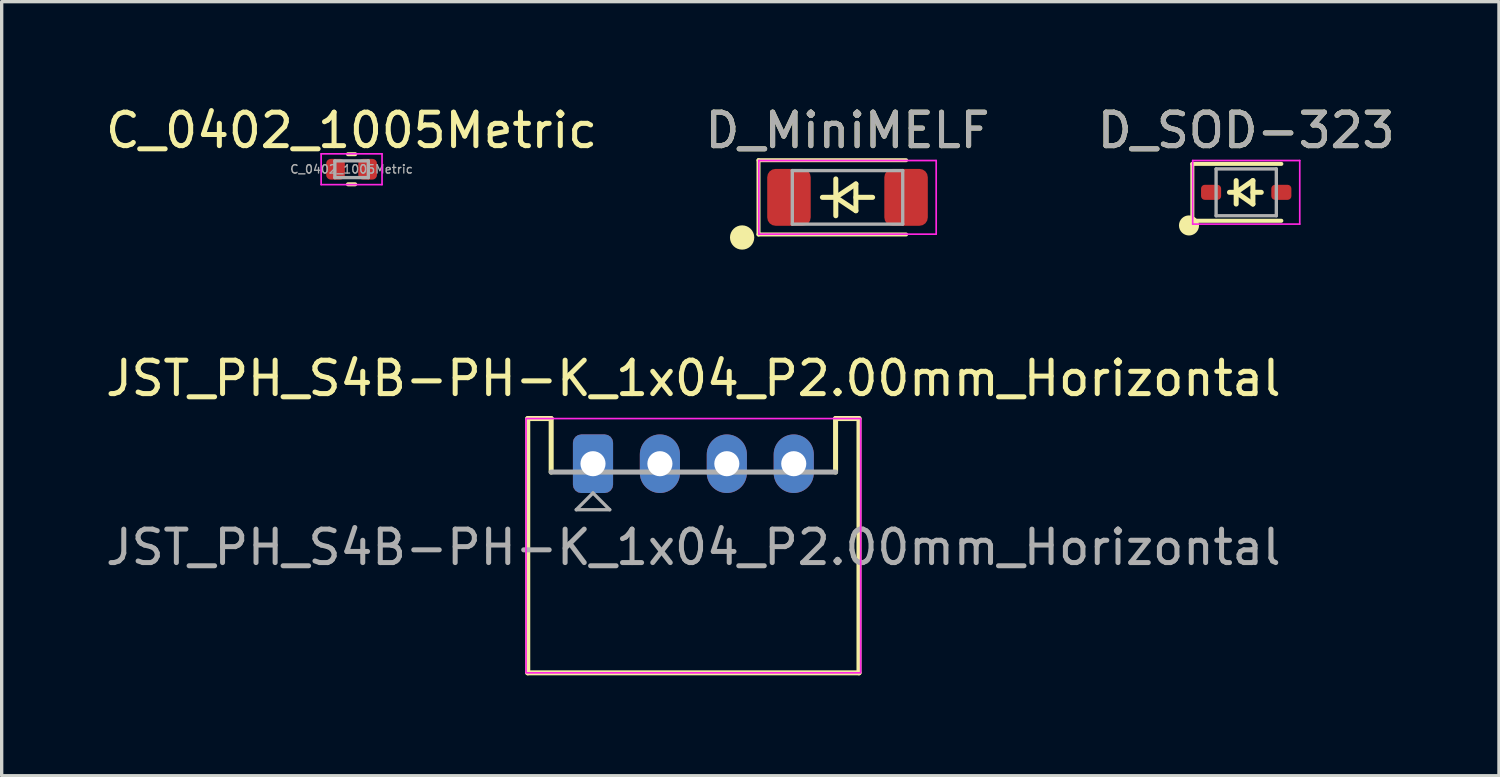
<source format=kicad_pcb>
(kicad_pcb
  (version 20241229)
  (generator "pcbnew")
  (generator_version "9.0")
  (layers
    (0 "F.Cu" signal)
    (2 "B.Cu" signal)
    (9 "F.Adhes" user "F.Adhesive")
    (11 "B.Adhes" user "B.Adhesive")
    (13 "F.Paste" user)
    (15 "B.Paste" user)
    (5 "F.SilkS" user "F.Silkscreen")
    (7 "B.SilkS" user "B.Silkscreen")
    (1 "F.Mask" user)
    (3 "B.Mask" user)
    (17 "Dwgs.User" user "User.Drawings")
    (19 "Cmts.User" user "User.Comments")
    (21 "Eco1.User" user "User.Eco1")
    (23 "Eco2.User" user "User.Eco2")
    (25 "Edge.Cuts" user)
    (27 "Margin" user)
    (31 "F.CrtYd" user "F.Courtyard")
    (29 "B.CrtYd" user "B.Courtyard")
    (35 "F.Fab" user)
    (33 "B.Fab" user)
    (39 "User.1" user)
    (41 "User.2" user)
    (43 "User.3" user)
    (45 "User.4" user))
  (footprint "D_SOD-323"
    (layer "F.Cu")
    (at 34.196 2.698)
    (property "Reference" "D_SOD-323" (at 0 -1.85 0) (layer "F.SilkS") (effects (font (size 1 1) (thickness 0.15))))
    (attr smd)
    (fp_line (start -1.61 -0.85) (end -1.61 0.85) (stroke (width 0.12) (type solid)) (layer "F.SilkS"))
    (fp_line (start -1.61 -0.85) (end 1.05 -0.85) (stroke (width 0.12) (type solid)) (layer "F.SilkS"))
    (fp_line (start -1.61 0.85) (end 1.05 0.85) (stroke (width 0.12) (type solid)) (layer "F.SilkS"))
    (fp_line (start -0.3 -0.35) (end -0.3 0.35) (stroke (width 0.15) (type solid)) (layer "F.SilkS"))
    (fp_line (start -0.3 0) (end -0.5 0) (stroke (width 0.15) (type solid)) (layer "F.SilkS"))
    (fp_line (start -0.3 0) (end 0.2 -0.35) (stroke (width 0.15) (type solid)) (layer "F.SilkS"))
    (fp_line (start 0.2 -0.35) (end 0.2 0.35) (stroke (width 0.15) (type solid)) (layer "F.SilkS"))
    (fp_line (start 0.2 0) (end 0.45 0) (stroke (width 0.15) (type solid)) (layer "F.SilkS"))
    (fp_line (start 0.2 0.35) (end -0.3 0) (stroke (width 0.15) (type solid)) (layer "F.SilkS"))
    (fp_circle (center -1.71 0.99) (end -1.46 0.99) (stroke (width 0.1) (type solid)) (fill yes) (layer "F.SilkS"))
    (fp_line (start -1.6 -0.95) (end -1.6 0.95) (stroke (width 0.05) (type solid)) (layer "F.CrtYd"))
    (fp_line (start -1.6 -0.95) (end 1.6 -0.95) (stroke (width 0.05) (type solid)) (layer "F.CrtYd"))
    (fp_line (start -1.6 0.95) (end 1.6 0.95) (stroke (width 0.05) (type solid)) (layer "F.CrtYd"))
    (fp_line (start 1.6 -0.95) (end 1.6 0.95) (stroke (width 0.05) (type solid)) (layer "F.CrtYd"))
    (fp_line (start -0.9 -0.7) (end 0.9 -0.7) (stroke (width 0.1) (type solid)) (layer "F.Fab"))
    (fp_line (start -0.9 0.7) (end -0.9 -0.7) (stroke (width 0.1) (type solid)) (layer "F.Fab"))
    (fp_line (start 0.9 -0.7) (end 0.9 0.7) (stroke (width 0.1) (type solid)) (layer "F.Fab"))
    (fp_line (start 0.9 0.7) (end -0.9 0.7) (stroke (width 0.1) (type solid)) (layer "F.Fab"))
    (fp_text user "${REFERENCE}" (at 0 -1.85 0) (layer "F.Fab") (effects (font (size 1 1) (thickness 0.15))))
    (pad "1" smd roundrect (at -1.05 0) (size 0.6 0.45) (layers "F.Cu" "F.Mask" "F.Paste") (roundrect_rratio 0.25))
    (pad "2" smd roundrect (at 1.05 0) (size 0.6 0.45) (layers "F.Cu" "F.Mask" "F.Paste") (roundrect_rratio 0.25)))
  (footprint "D_MiniMELF"
    (layer "F.Cu")
    (at 22.28 2.848)
    (property "Reference" "D_MiniMELF" (at 0 -2 0) (layer "F.SilkS") (effects (font (size 1 1) (thickness 0.15))))
    (attr smd)
    (fp_line (start -2.66 -1.11) (end -2.66 1.11) (stroke (width 0.12) (type solid)) (layer "F.SilkS"))
    (fp_line (start -2.66 1.11) (end 1.75 1.11) (stroke (width 0.12) (type solid)) (layer "F.SilkS"))
    (fp_line (start -0.75 0) (end -0.35 0) (stroke (width 0.15) (type solid)) (layer "F.SilkS"))
    (fp_line (start -0.35 0) (end -0.35 -0.55) (stroke (width 0.15) (type solid)) (layer "F.SilkS"))
    (fp_line (start -0.35 0) (end -0.35 0.55) (stroke (width 0.15) (type solid)) (layer "F.SilkS"))
    (fp_line (start -0.35 0) (end 0.25 -0.4) (stroke (width 0.15) (type solid)) (layer "F.SilkS"))
    (fp_line (start 0.25 -0.4) (end 0.25 0.4) (stroke (width 0.15) (type solid)) (layer "F.SilkS"))
    (fp_line (start 0.25 0) (end 0.75 0) (stroke (width 0.15) (type solid)) (layer "F.SilkS"))
    (fp_line (start 0.25 0.4) (end -0.35 0) (stroke (width 0.15) (type solid)) (layer "F.SilkS"))
    (fp_line (start 1.75 -1.11) (end -2.66 -1.11) (stroke (width 0.12) (type solid)) (layer "F.SilkS"))
    (fp_circle (center -3.15 1.2) (end -2.862 1.2) (stroke (width 0.15) (type solid)) (fill yes) (layer "F.SilkS"))
    (fp_line (start -2.65 -1.1) (end 2.65 -1.1) (stroke (width 0.05) (type solid)) (layer "F.CrtYd"))
    (fp_line (start -2.65 1.1) (end -2.65 -1.1) (stroke (width 0.05) (type solid)) (layer "F.CrtYd"))
    (fp_line (start 2.65 -1.1) (end 2.65 1.1) (stroke (width 0.05) (type solid)) (layer "F.CrtYd"))
    (fp_line (start 2.65 1.1) (end -2.65 1.1) (stroke (width 0.05) (type solid)) (layer "F.CrtYd"))
    (fp_line (start -1.65 -0.8) (end 1.65 -0.8) (stroke (width 0.1) (type solid)) (layer "F.Fab"))
    (fp_line (start -1.65 0.8) (end -1.65 -0.8) (stroke (width 0.1) (type solid)) (layer "F.Fab"))
    (fp_line (start 1.65 -0.8) (end 1.65 0.8) (stroke (width 0.1) (type solid)) (layer "F.Fab"))
    (fp_line (start 1.65 0.8) (end -1.65 0.8) (stroke (width 0.1) (type solid)) (layer "F.Fab"))
    (fp_text user "${REFERENCE}" (at 0 -2 0) (layer "F.Fab") (effects (font (size 1 1) (thickness 0.15))))
    (pad "1" smd roundrect (at -1.75 0) (size 1.3 1.7) (layers "F.Cu" "F.Mask" "F.Paste") (roundrect_rratio 0.192))
    (pad "2" smd roundrect (at 1.75 0) (size 1.3 1.7) (layers "F.Cu" "F.Mask" "F.Paste") (roundrect_rratio 0.192)))
  (footprint "C_0402_1005Metric"
    (layer "F.Cu")
    (at 7.458 2.008)
    (property "Reference" "C_0402_1005Metric" (at 0 -1.16 0) (layer "F.SilkS") (effects (font (size 1 1) (thickness 0.15))))
    (attr smd)
    (fp_line (start -0.108 -0.45) (end 0.108 -0.45) (stroke (width 0.12) (type solid)) (layer "F.SilkS"))
    (fp_line (start -0.108 0.45) (end 0.108 0.45) (stroke (width 0.12) (type solid)) (layer "F.SilkS"))
    (fp_line (start -0.91 -0.46) (end 0.91 -0.46) (stroke (width 0.05) (type solid)) (layer "F.CrtYd"))
    (fp_line (start -0.91 0.46) (end -0.91 -0.46) (stroke (width 0.05) (type solid)) (layer "F.CrtYd"))
    (fp_line (start 0.91 -0.46) (end 0.91 0.46) (stroke (width 0.05) (type solid)) (layer "F.CrtYd"))
    (fp_line (start 0.91 0.46) (end -0.91 0.46) (stroke (width 0.05) (type solid)) (layer "F.CrtYd"))
    (fp_line (start -0.5 -0.25) (end 0.5 -0.25) (stroke (width 0.1) (type solid)) (layer "F.Fab"))
    (fp_line (start -0.5 0.25) (end -0.5 -0.25) (stroke (width 0.1) (type solid)) (layer "F.Fab"))
    (fp_line (start 0.5 -0.25) (end 0.5 0.25) (stroke (width 0.1) (type solid)) (layer "F.Fab"))
    (fp_line (start 0.5 0.25) (end -0.5 0.25) (stroke (width 0.1) (type solid)) (layer "F.Fab"))
    (fp_text user "${REFERENCE}" (at 0 0 0) (layer "F.Fab") (effects (font (size 0.25 0.25) (thickness 0.04))))
    (pad "1" smd roundrect (at -0.48 0) (size 0.56 0.62) (layers "F.Cu" "F.Mask" "F.Paste") (roundrect_rratio 0.25))
    (pad "2" smd roundrect (at 0.48 0) (size 0.56 0.62) (layers "F.Cu" "F.Mask" "F.Paste") (roundrect_rratio 0.25)))
  (footprint "JST_PH_S4B-PH-K_1x04_P2.00mm_Horizontal"
    (layer "F.Cu")
    (at 14.673 10.809)
    (property "Reference" "JST_PH_S4B-PH-K_1x04_P2.00mm_Horizontal" (at 3 -2.55 0) (layer "F.SilkS") (effects (font (size 1 1) (thickness 0.15))))
    (attr through_hole)
    (fp_line (start -1.95 -1.35) (end -1.95 6.25) (stroke (width 0.15) (type solid)) (layer "F.SilkS"))
    (fp_line (start -1.95 6.25) (end 7.95 6.25) (stroke (width 0.15) (type solid)) (layer "F.SilkS"))
    (fp_line (start -1.25 -1.35) (end -1.95 -1.35) (stroke (width 0.15) (type solid)) (layer "F.SilkS"))
    (fp_line (start -1.25 0.25) (end -1.25 -1.35) (stroke (width 0.15) (type solid)) (layer "F.SilkS"))
    (fp_line (start 7.25 -1.35) (end 7.25 0.25) (stroke (width 0.15) (type solid)) (layer "F.SilkS"))
    (fp_line (start 7.95 -1.35) (end 7.25 -1.35) (stroke (width 0.15) (type solid)) (layer "F.SilkS"))
    (fp_line (start 7.95 6.25) (end 7.95 -1.35) (stroke (width 0.15) (type solid)) (layer "F.SilkS"))
    (fp_rect (start -2 -1.35) (end 8 6.25) (stroke (width 0.05) (type default)) (fill no) (layer "F.CrtYd"))
    (fp_line (start -0.5 1.375) (end 0.5 1.375) (stroke (width 0.1) (type solid)) (layer "F.Fab"))
    (fp_line (start 0 0.875) (end -0.5 1.375) (stroke (width 0.1) (type solid)) (layer "F.Fab"))
    (fp_line (start 0.5 1.375) (end 0 0.875) (stroke (width 0.1) (type solid)) (layer "F.Fab"))
    (fp_line (start 7.25 0.25) (end -1.25 0.25) (stroke (width 0.15) (type solid)) (layer "F.Fab"))
    (fp_text user "${REFERENCE}" (at 3 2.5 0) (layer "F.Fab") (effects (font (size 1 1) (thickness 0.15))))
    (pad "1" thru_hole roundrect (at 0 0) (size 1.2 1.75) (drill 0.75) (layers "*.Cu" "*.Mask") (roundrect_rratio 0.208))
    (pad "2" thru_hole oval (at 2 0) (size 1.2 1.75) (drill 0.75) (layers "*.Cu" "*.Mask"))
    (pad "3" thru_hole oval (at 4 0) (size 1.2 1.75) (drill 0.75) (layers "*.Cu" "*.Mask"))
    (pad "4" thru_hole oval (at 6 0) (size 1.2 1.75) (drill 0.75) (layers "*.Cu" "*.Mask")))
  (gr_rect
    (start -3 -3)
    (end 41.75 20.134)
    (stroke (width 0.1) (type default))
    (fill no)
    (layer "Edge.Cuts")))
</source>
